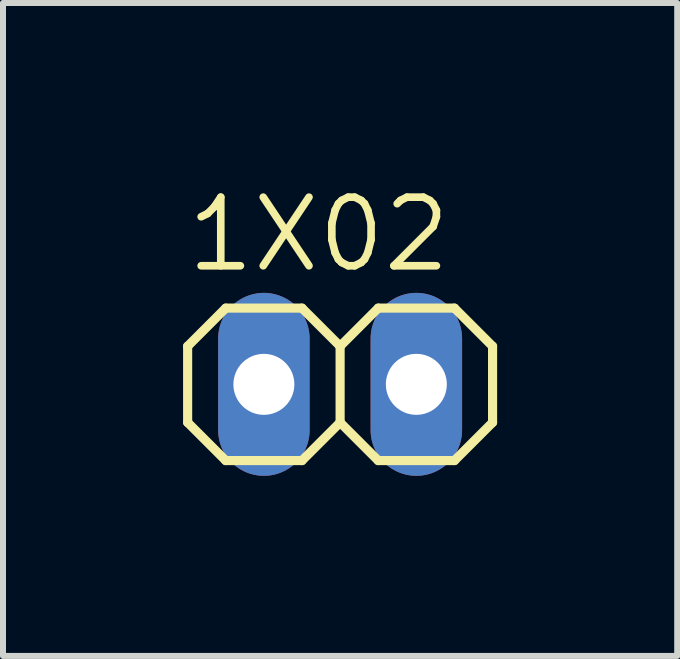
<source format=kicad_pcb>
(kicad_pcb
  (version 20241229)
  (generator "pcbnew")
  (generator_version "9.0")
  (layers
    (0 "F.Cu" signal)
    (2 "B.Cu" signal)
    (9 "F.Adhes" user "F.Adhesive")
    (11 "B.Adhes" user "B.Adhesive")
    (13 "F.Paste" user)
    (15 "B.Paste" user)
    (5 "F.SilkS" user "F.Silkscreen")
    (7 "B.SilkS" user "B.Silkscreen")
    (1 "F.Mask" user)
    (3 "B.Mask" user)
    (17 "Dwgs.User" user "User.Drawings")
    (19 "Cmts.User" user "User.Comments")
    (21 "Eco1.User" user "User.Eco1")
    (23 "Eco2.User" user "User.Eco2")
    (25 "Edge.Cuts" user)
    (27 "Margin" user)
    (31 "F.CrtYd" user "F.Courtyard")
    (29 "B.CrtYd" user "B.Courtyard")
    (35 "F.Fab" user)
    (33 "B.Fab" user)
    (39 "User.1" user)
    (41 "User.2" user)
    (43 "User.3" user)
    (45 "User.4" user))
  (footprint "1X02"
    (layer "F.Cu")
    (at 2.616 3.353)
    (property "Reference" "1X02" (at -2.616 -1.829 0) (unlocked yes) (layer "F.SilkS") (effects (font (size 1.143 1.143) (thickness 0.127)) (justify left bottom)))
    (fp_line (start -2.54 -0.635) (end -2.54 0.635) (stroke (width 0.152) (type solid)) (layer "F.SilkS"))
    (fp_line (start -2.54 0.635) (end -1.905 1.27) (stroke (width 0.152) (type solid)) (layer "F.SilkS"))
    (fp_line (start -1.905 -1.27) (end -2.54 -0.635) (stroke (width 0.152) (type solid)) (layer "F.SilkS"))
    (fp_line (start -1.905 -1.27) (end -0.635 -1.27) (stroke (width 0.152) (type solid)) (layer "F.SilkS"))
    (fp_line (start -0.635 -1.27) (end 0 -0.635) (stroke (width 0.152) (type solid)) (layer "F.SilkS"))
    (fp_line (start -0.635 1.27) (end -1.905 1.27) (stroke (width 0.152) (type solid)) (layer "F.SilkS"))
    (fp_line (start 0 -0.635) (end 0 0.635) (stroke (width 0.152) (type solid)) (layer "F.SilkS"))
    (fp_line (start 0 -0.635) (end 0.635 -1.27) (stroke (width 0.152) (type solid)) (layer "F.SilkS"))
    (fp_line (start 0 0.635) (end -0.635 1.27) (stroke (width 0.152) (type solid)) (layer "F.SilkS"))
    (fp_line (start 0.635 -1.27) (end 1.905 -1.27) (stroke (width 0.152) (type solid)) (layer "F.SilkS"))
    (fp_line (start 0.635 1.27) (end 0 0.635) (stroke (width 0.152) (type solid)) (layer "F.SilkS"))
    (fp_line (start 1.905 -1.27) (end 2.54 -0.635) (stroke (width 0.152) (type solid)) (layer "F.SilkS"))
    (fp_line (start 1.905 1.27) (end 0.635 1.27) (stroke (width 0.152) (type solid)) (layer "F.SilkS"))
    (fp_line (start 2.54 -0.635) (end 2.54 0.635) (stroke (width 0.152) (type solid)) (layer "F.SilkS"))
    (fp_line (start 2.54 0.635) (end 1.905 1.27) (stroke (width 0.152) (type solid)) (layer "F.SilkS"))
    (fp_poly (pts (xy -1.524 0.254) (xy -1.016 0.254) (xy -1.016 -0.254) (xy -1.524 -0.254)) (stroke (width 0.1) (type default)) (fill no) (layer "F.Fab"))
    (fp_poly (pts (xy 1.016 0.254) (xy 1.524 0.254) (xy 1.524 -0.254) (xy 1.016 -0.254)) (stroke (width 0.1) (type default)) (fill no) (layer "F.Fab"))
    (pad "1" thru_hole oval (at -1.27 0 90) (size 3.048 1.524) (drill 1.016) (layers "*.Cu" "*.Mask"))
    (pad "2" thru_hole oval (at 1.27 0 90) (size 3.048 1.524) (drill 1.016) (layers "*.Cu" "*.Mask")))
  (gr_rect
    (start -3 -3)
    (end 8.232 7.877)
    (stroke (width 0.1) (type default))
    (fill no)
    (layer "Edge.Cuts")))
</source>
